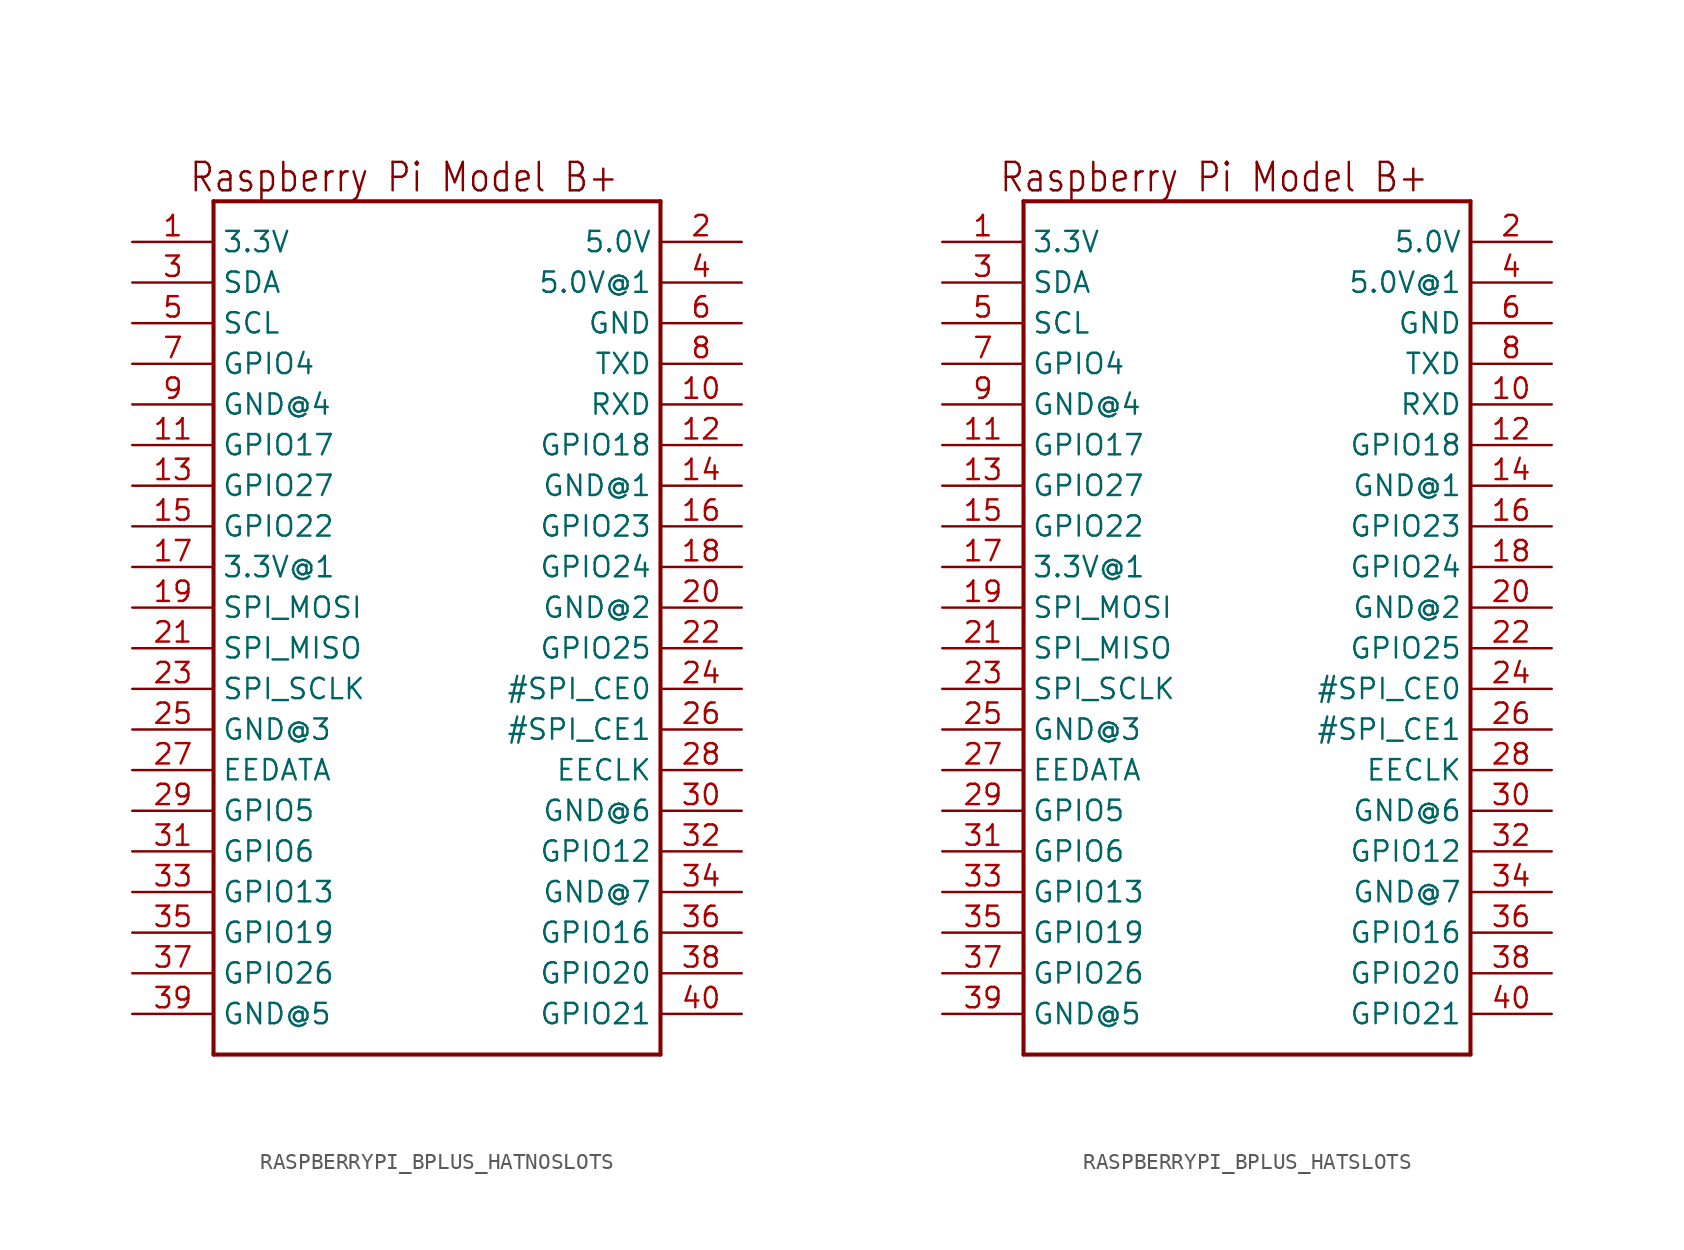
<source format=kicad_sym>
(kicad_symbol_lib
  (version 20211014)
  (generator kicad_symbol_editor)
  (symbol "RASPBERRYPI_BPLUS_HATNOSLOTS"
    (property "Reference" "RPI"
      (at 0 0 0)
      (effects (font (size 1.27 1.27)) hide))
    (property "ki_locked" ""
      (at 0 0 0)
      (effects (font (size 1.27 1.27))))
    (symbol "RASPBERRYPI_BPLUS_HATNOSLOTS_1_0"
      (polyline (pts (xy -12.7 -30.48) (xy -12.7 22.86)) (stroke (width 0.254) (type default) (color 0 0 0 0)) (fill (type none)))
      (polyline (pts (xy -12.7 22.86) (xy 15.24 22.86)) (stroke (width 0.254) (type default) (color 0 0 0 0)) (fill (type none)))
      (polyline (pts (xy 15.24 -30.48) (xy -12.7 -30.48)) (stroke (width 0.254) (type default) (color 0 0 0 0)) (fill (type none)))
      (polyline (pts (xy 15.24 22.86) (xy 15.24 -30.48)) (stroke (width 0.254) (type default) (color 0 0 0 0)) (fill (type none)))
      (text "Raspberry Pi Model B+" (at 12.7 25.4 0) (effects (font (size 1.778 1.511)) (justify right top)))
      (pin power_in line (at -17.78 20.32 0) (length 5.08) (name "3.3V" (effects (font (size 1.27 1.27)))) (number "1" (effects (font (size 1.27 1.27)))))
      (pin bidirectional line (at 20.32 10.16 180) (length 5.08) (name "RXD" (effects (font (size 1.27 1.27)))) (number "10" (effects (font (size 1.27 1.27)))))
      (pin bidirectional line (at -17.78 7.62 0) (length 5.08) (name "GPIO17" (effects (font (size 1.27 1.27)))) (number "11" (effects (font (size 1.27 1.27)))))
      (pin bidirectional line (at 20.32 7.62 180) (length 5.08) (name "GPIO18" (effects (font (size 1.27 1.27)))) (number "12" (effects (font (size 1.27 1.27)))))
      (pin bidirectional line (at -17.78 5.08 0) (length 5.08) (name "GPIO27" (effects (font (size 1.27 1.27)))) (number "13" (effects (font (size 1.27 1.27)))))
      (pin power_in line (at 20.32 5.08 180) (length 5.08) (name "GND@1" (effects (font (size 1.27 1.27)))) (number "14" (effects (font (size 1.27 1.27)))))
      (pin bidirectional line (at -17.78 2.54 0) (length 5.08) (name "GPIO22" (effects (font (size 1.27 1.27)))) (number "15" (effects (font (size 1.27 1.27)))))
      (pin bidirectional line (at 20.32 2.54 180) (length 5.08) (name "GPIO23" (effects (font (size 1.27 1.27)))) (number "16" (effects (font (size 1.27 1.27)))))
      (pin power_in line (at -17.78 0 0) (length 5.08) (name "3.3V@1" (effects (font (size 1.27 1.27)))) (number "17" (effects (font (size 1.27 1.27)))))
      (pin bidirectional line (at 20.32 0 180) (length 5.08) (name "GPIO24" (effects (font (size 1.27 1.27)))) (number "18" (effects (font (size 1.27 1.27)))))
      (pin bidirectional line (at -17.78 -2.54 0) (length 5.08) (name "SPI_MOSI" (effects (font (size 1.27 1.27)))) (number "19" (effects (font (size 1.27 1.27)))))
      (pin power_in line (at 20.32 20.32 180) (length 5.08) (name "5.0V" (effects (font (size 1.27 1.27)))) (number "2" (effects (font (size 1.27 1.27)))))
      (pin power_in line (at 20.32 -2.54 180) (length 5.08) (name "GND@2" (effects (font (size 1.27 1.27)))) (number "20" (effects (font (size 1.27 1.27)))))
      (pin bidirectional line (at -17.78 -5.08 0) (length 5.08) (name "SPI_MISO" (effects (font (size 1.27 1.27)))) (number "21" (effects (font (size 1.27 1.27)))))
      (pin bidirectional line (at 20.32 -5.08 180) (length 5.08) (name "GPIO25" (effects (font (size 1.27 1.27)))) (number "22" (effects (font (size 1.27 1.27)))))
      (pin bidirectional line (at -17.78 -7.62 0) (length 5.08) (name "SPI_SCLK" (effects (font (size 1.27 1.27)))) (number "23" (effects (font (size 1.27 1.27)))))
      (pin bidirectional line (at 20.32 -7.62 180) (length 5.08) (name "#SPI_CE0" (effects (font (size 1.27 1.27)))) (number "24" (effects (font (size 1.27 1.27)))))
      (pin power_in line (at -17.78 -10.16 0) (length 5.08) (name "GND@3" (effects (font (size 1.27 1.27)))) (number "25" (effects (font (size 1.27 1.27)))))
      (pin bidirectional line (at 20.32 -10.16 180) (length 5.08) (name "#SPI_CE1" (effects (font (size 1.27 1.27)))) (number "26" (effects (font (size 1.27 1.27)))))
      (pin bidirectional line (at -17.78 -12.7 0) (length 5.08) (name "EEDATA" (effects (font (size 1.27 1.27)))) (number "27" (effects (font (size 1.27 1.27)))))
      (pin bidirectional line (at 20.32 -12.7 180) (length 5.08) (name "EECLK" (effects (font (size 1.27 1.27)))) (number "28" (effects (font (size 1.27 1.27)))))
      (pin bidirectional line (at -17.78 -15.24 0) (length 5.08) (name "GPIO5" (effects (font (size 1.27 1.27)))) (number "29" (effects (font (size 1.27 1.27)))))
      (pin bidirectional line (at -17.78 17.78 0) (length 5.08) (name "SDA" (effects (font (size 1.27 1.27)))) (number "3" (effects (font (size 1.27 1.27)))))
      (pin power_in line (at 20.32 -15.24 180) (length 5.08) (name "GND@6" (effects (font (size 1.27 1.27)))) (number "30" (effects (font (size 1.27 1.27)))))
      (pin bidirectional line (at -17.78 -17.78 0) (length 5.08) (name "GPIO6" (effects (font (size 1.27 1.27)))) (number "31" (effects (font (size 1.27 1.27)))))
      (pin bidirectional line (at 20.32 -17.78 180) (length 5.08) (name "GPIO12" (effects (font (size 1.27 1.27)))) (number "32" (effects (font (size 1.27 1.27)))))
      (pin bidirectional line (at -17.78 -20.32 0) (length 5.08) (name "GPIO13" (effects (font (size 1.27 1.27)))) (number "33" (effects (font (size 1.27 1.27)))))
      (pin power_in line (at 20.32 -20.32 180) (length 5.08) (name "GND@7" (effects (font (size 1.27 1.27)))) (number "34" (effects (font (size 1.27 1.27)))))
      (pin bidirectional line (at -17.78 -22.86 0) (length 5.08) (name "GPIO19" (effects (font (size 1.27 1.27)))) (number "35" (effects (font (size 1.27 1.27)))))
      (pin bidirectional line (at 20.32 -22.86 180) (length 5.08) (name "GPIO16" (effects (font (size 1.27 1.27)))) (number "36" (effects (font (size 1.27 1.27)))))
      (pin bidirectional line (at -17.78 -25.4 0) (length 5.08) (name "GPIO26" (effects (font (size 1.27 1.27)))) (number "37" (effects (font (size 1.27 1.27)))))
      (pin bidirectional line (at 20.32 -25.4 180) (length 5.08) (name "GPIO20" (effects (font (size 1.27 1.27)))) (number "38" (effects (font (size 1.27 1.27)))))
      (pin power_in line (at -17.78 -27.94 0) (length 5.08) (name "GND@5" (effects (font (size 1.27 1.27)))) (number "39" (effects (font (size 1.27 1.27)))))
      (pin power_in line (at 20.32 17.78 180) (length 5.08) (name "5.0V@1" (effects (font (size 1.27 1.27)))) (number "4" (effects (font (size 1.27 1.27)))))
      (pin bidirectional line (at 20.32 -27.94 180) (length 5.08) (name "GPIO21" (effects (font (size 1.27 1.27)))) (number "40" (effects (font (size 1.27 1.27)))))
      (pin bidirectional line (at -17.78 15.24 0) (length 5.08) (name "SCL" (effects (font (size 1.27 1.27)))) (number "5" (effects (font (size 1.27 1.27)))))
      (pin power_in line (at 20.32 15.24 180) (length 5.08) (name "GND" (effects (font (size 1.27 1.27)))) (number "6" (effects (font (size 1.27 1.27)))))
      (pin bidirectional line (at -17.78 12.7 0) (length 5.08) (name "GPIO4" (effects (font (size 1.27 1.27)))) (number "7" (effects (font (size 1.27 1.27)))))
      (pin bidirectional line (at 20.32 12.7 180) (length 5.08) (name "TXD" (effects (font (size 1.27 1.27)))) (number "8" (effects (font (size 1.27 1.27)))))
      (pin power_in line (at -17.78 10.16 0) (length 5.08) (name "GND@4" (effects (font (size 1.27 1.27)))) (number "9" (effects (font (size 1.27 1.27)))))))
  (symbol "RASPBERRYPI_BPLUS_HATSLOTS"
    (property "Reference" "RPI"
      (at 0 0 0)
      (effects (font (size 1.27 1.27)) hide))
    (property "ki_locked" ""
      (at 0 0 0)
      (effects (font (size 1.27 1.27))))
    (symbol "RASPBERRYPI_BPLUS_HATSLOTS_1_0"
      (polyline (pts (xy -12.7 -30.48) (xy -12.7 22.86)) (stroke (width 0.254) (type default) (color 0 0 0 0)) (fill (type none)))
      (polyline (pts (xy -12.7 22.86) (xy 15.24 22.86)) (stroke (width 0.254) (type default) (color 0 0 0 0)) (fill (type none)))
      (polyline (pts (xy 15.24 -30.48) (xy -12.7 -30.48)) (stroke (width 0.254) (type default) (color 0 0 0 0)) (fill (type none)))
      (polyline (pts (xy 15.24 22.86) (xy 15.24 -30.48)) (stroke (width 0.254) (type default) (color 0 0 0 0)) (fill (type none)))
      (text "Raspberry Pi Model B+" (at 12.7 25.4 0) (effects (font (size 1.778 1.511)) (justify right top)))
      (pin power_in line (at -17.78 20.32 0) (length 5.08) (name "3.3V" (effects (font (size 1.27 1.27)))) (number "1" (effects (font (size 1.27 1.27)))))
      (pin bidirectional line (at 20.32 10.16 180) (length 5.08) (name "RXD" (effects (font (size 1.27 1.27)))) (number "10" (effects (font (size 1.27 1.27)))))
      (pin bidirectional line (at -17.78 7.62 0) (length 5.08) (name "GPIO17" (effects (font (size 1.27 1.27)))) (number "11" (effects (font (size 1.27 1.27)))))
      (pin bidirectional line (at 20.32 7.62 180) (length 5.08) (name "GPIO18" (effects (font (size 1.27 1.27)))) (number "12" (effects (font (size 1.27 1.27)))))
      (pin bidirectional line (at -17.78 5.08 0) (length 5.08) (name "GPIO27" (effects (font (size 1.27 1.27)))) (number "13" (effects (font (size 1.27 1.27)))))
      (pin power_in line (at 20.32 5.08 180) (length 5.08) (name "GND@1" (effects (font (size 1.27 1.27)))) (number "14" (effects (font (size 1.27 1.27)))))
      (pin bidirectional line (at -17.78 2.54 0) (length 5.08) (name "GPIO22" (effects (font (size 1.27 1.27)))) (number "15" (effects (font (size 1.27 1.27)))))
      (pin bidirectional line (at 20.32 2.54 180) (length 5.08) (name "GPIO23" (effects (font (size 1.27 1.27)))) (number "16" (effects (font (size 1.27 1.27)))))
      (pin power_in line (at -17.78 0 0) (length 5.08) (name "3.3V@1" (effects (font (size 1.27 1.27)))) (number "17" (effects (font (size 1.27 1.27)))))
      (pin bidirectional line (at 20.32 0 180) (length 5.08) (name "GPIO24" (effects (font (size 1.27 1.27)))) (number "18" (effects (font (size 1.27 1.27)))))
      (pin bidirectional line (at -17.78 -2.54 0) (length 5.08) (name "SPI_MOSI" (effects (font (size 1.27 1.27)))) (number "19" (effects (font (size 1.27 1.27)))))
      (pin power_in line (at 20.32 20.32 180) (length 5.08) (name "5.0V" (effects (font (size 1.27 1.27)))) (number "2" (effects (font (size 1.27 1.27)))))
      (pin power_in line (at 20.32 -2.54 180) (length 5.08) (name "GND@2" (effects (font (size 1.27 1.27)))) (number "20" (effects (font (size 1.27 1.27)))))
      (pin bidirectional line (at -17.78 -5.08 0) (length 5.08) (name "SPI_MISO" (effects (font (size 1.27 1.27)))) (number "21" (effects (font (size 1.27 1.27)))))
      (pin bidirectional line (at 20.32 -5.08 180) (length 5.08) (name "GPIO25" (effects (font (size 1.27 1.27)))) (number "22" (effects (font (size 1.27 1.27)))))
      (pin bidirectional line (at -17.78 -7.62 0) (length 5.08) (name "SPI_SCLK" (effects (font (size 1.27 1.27)))) (number "23" (effects (font (size 1.27 1.27)))))
      (pin bidirectional line (at 20.32 -7.62 180) (length 5.08) (name "#SPI_CE0" (effects (font (size 1.27 1.27)))) (number "24" (effects (font (size 1.27 1.27)))))
      (pin power_in line (at -17.78 -10.16 0) (length 5.08) (name "GND@3" (effects (font (size 1.27 1.27)))) (number "25" (effects (font (size 1.27 1.27)))))
      (pin bidirectional line (at 20.32 -10.16 180) (length 5.08) (name "#SPI_CE1" (effects (font (size 1.27 1.27)))) (number "26" (effects (font (size 1.27 1.27)))))
      (pin bidirectional line (at -17.78 -12.7 0) (length 5.08) (name "EEDATA" (effects (font (size 1.27 1.27)))) (number "27" (effects (font (size 1.27 1.27)))))
      (pin bidirectional line (at 20.32 -12.7 180) (length 5.08) (name "EECLK" (effects (font (size 1.27 1.27)))) (number "28" (effects (font (size 1.27 1.27)))))
      (pin bidirectional line (at -17.78 -15.24 0) (length 5.08) (name "GPIO5" (effects (font (size 1.27 1.27)))) (number "29" (effects (font (size 1.27 1.27)))))
      (pin bidirectional line (at -17.78 17.78 0) (length 5.08) (name "SDA" (effects (font (size 1.27 1.27)))) (number "3" (effects (font (size 1.27 1.27)))))
      (pin power_in line (at 20.32 -15.24 180) (length 5.08) (name "GND@6" (effects (font (size 1.27 1.27)))) (number "30" (effects (font (size 1.27 1.27)))))
      (pin bidirectional line (at -17.78 -17.78 0) (length 5.08) (name "GPIO6" (effects (font (size 1.27 1.27)))) (number "31" (effects (font (size 1.27 1.27)))))
      (pin bidirectional line (at 20.32 -17.78 180) (length 5.08) (name "GPIO12" (effects (font (size 1.27 1.27)))) (number "32" (effects (font (size 1.27 1.27)))))
      (pin bidirectional line (at -17.78 -20.32 0) (length 5.08) (name "GPIO13" (effects (font (size 1.27 1.27)))) (number "33" (effects (font (size 1.27 1.27)))))
      (pin power_in line (at 20.32 -20.32 180) (length 5.08) (name "GND@7" (effects (font (size 1.27 1.27)))) (number "34" (effects (font (size 1.27 1.27)))))
      (pin bidirectional line (at -17.78 -22.86 0) (length 5.08) (name "GPIO19" (effects (font (size 1.27 1.27)))) (number "35" (effects (font (size 1.27 1.27)))))
      (pin bidirectional line (at 20.32 -22.86 180) (length 5.08) (name "GPIO16" (effects (font (size 1.27 1.27)))) (number "36" (effects (font (size 1.27 1.27)))))
      (pin bidirectional line (at -17.78 -25.4 0) (length 5.08) (name "GPIO26" (effects (font (size 1.27 1.27)))) (number "37" (effects (font (size 1.27 1.27)))))
      (pin bidirectional line (at 20.32 -25.4 180) (length 5.08) (name "GPIO20" (effects (font (size 1.27 1.27)))) (number "38" (effects (font (size 1.27 1.27)))))
      (pin power_in line (at -17.78 -27.94 0) (length 5.08) (name "GND@5" (effects (font (size 1.27 1.27)))) (number "39" (effects (font (size 1.27 1.27)))))
      (pin power_in line (at 20.32 17.78 180) (length 5.08) (name "5.0V@1" (effects (font (size 1.27 1.27)))) (number "4" (effects (font (size 1.27 1.27)))))
      (pin bidirectional line (at 20.32 -27.94 180) (length 5.08) (name "GPIO21" (effects (font (size 1.27 1.27)))) (number "40" (effects (font (size 1.27 1.27)))))
      (pin bidirectional line (at -17.78 15.24 0) (length 5.08) (name "SCL" (effects (font (size 1.27 1.27)))) (number "5" (effects (font (size 1.27 1.27)))))
      (pin power_in line (at 20.32 15.24 180) (length 5.08) (name "GND" (effects (font (size 1.27 1.27)))) (number "6" (effects (font (size 1.27 1.27)))))
      (pin bidirectional line (at -17.78 12.7 0) (length 5.08) (name "GPIO4" (effects (font (size 1.27 1.27)))) (number "7" (effects (font (size 1.27 1.27)))))
      (pin bidirectional line (at 20.32 12.7 180) (length 5.08) (name "TXD" (effects (font (size 1.27 1.27)))) (number "8" (effects (font (size 1.27 1.27)))))
      (pin power_in line (at -17.78 10.16 0) (length 5.08) (name "GND@4" (effects (font (size 1.27 1.27)))) (number "9" (effects (font (size 1.27 1.27))))))))
</source>
